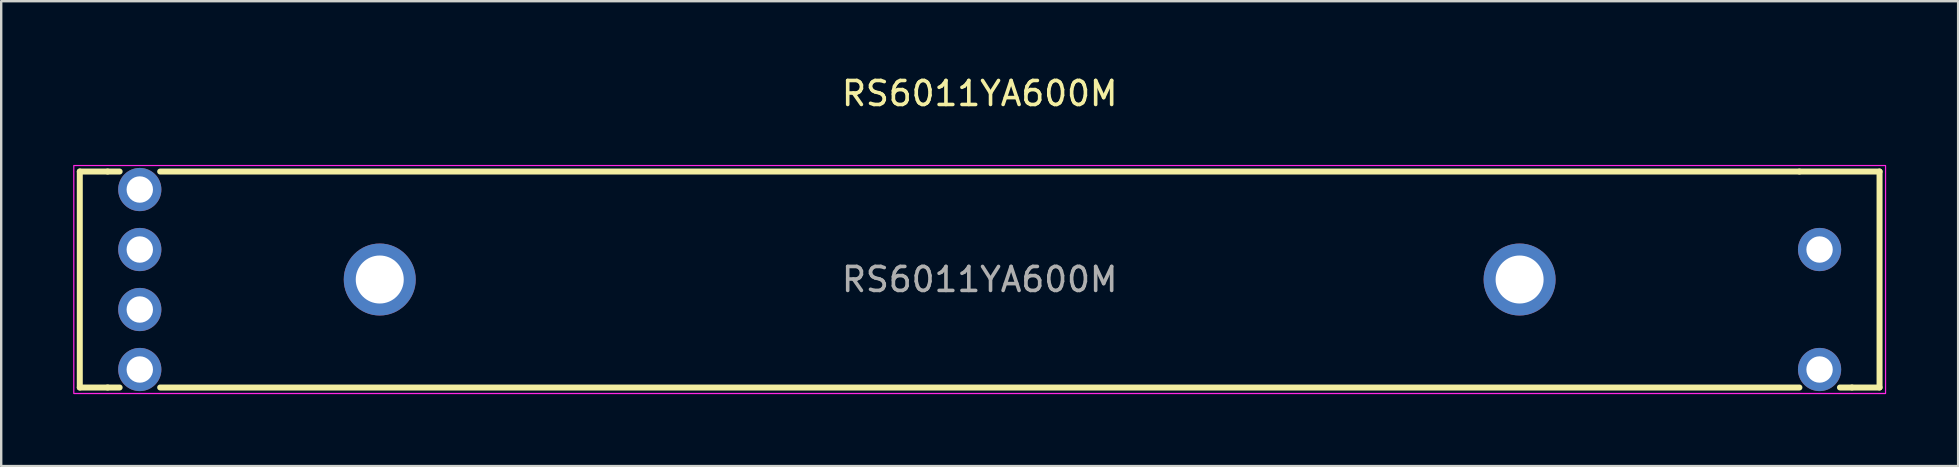
<source format=kicad_pcb>
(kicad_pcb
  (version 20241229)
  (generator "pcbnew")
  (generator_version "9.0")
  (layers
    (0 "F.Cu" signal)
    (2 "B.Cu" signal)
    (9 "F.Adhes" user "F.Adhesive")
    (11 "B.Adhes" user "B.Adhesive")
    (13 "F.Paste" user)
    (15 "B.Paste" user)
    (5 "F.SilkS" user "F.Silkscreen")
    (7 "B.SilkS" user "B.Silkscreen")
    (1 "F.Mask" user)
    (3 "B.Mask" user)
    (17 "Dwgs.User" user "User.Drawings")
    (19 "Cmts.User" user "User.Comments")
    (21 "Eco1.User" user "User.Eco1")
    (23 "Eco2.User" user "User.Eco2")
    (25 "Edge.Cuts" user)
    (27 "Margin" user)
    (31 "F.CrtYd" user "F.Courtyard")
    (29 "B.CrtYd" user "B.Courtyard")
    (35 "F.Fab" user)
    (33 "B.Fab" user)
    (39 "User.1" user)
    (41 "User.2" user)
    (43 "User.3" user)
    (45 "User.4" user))
  (footprint "RS6011YA600M"
    (layer "F.Cu")
    (at 37.775 8.598)
    (property "Reference" "RS6011YA600M" (at 0 -7.75 0) (layer "F.SilkS") (effects (font (size 1 1) (thickness 0.15))))
    (attr through_hole)
    (fp_line (start -37.5 -4.5) (end -36.34 -4.5) (stroke (width 0.25) (type solid)) (layer "F.SilkS"))
    (fp_line (start -37.5 4.5) (end -37.5 -4.5) (stroke (width 0.25) (type solid)) (layer "F.SilkS"))
    (fp_line (start -36.34 4.5) (end -37.5 4.5) (stroke (width 0.25) (type solid)) (layer "F.SilkS"))
    (fp_line (start -36.34 4.5) (end -35.84 4.5) (stroke (width 0.25) (type solid)) (layer "F.SilkS"))
    (fp_line (start -35.84 -4.5) (end -36.34 -4.5) (stroke (width 0.25) (type solid)) (layer "F.SilkS"))
    (fp_line (start -34.15 4.5) (end 34.16 4.5) (stroke (width 0.25) (type solid)) (layer "F.SilkS"))
    (fp_line (start 34.16 -4.5) (end -34.15 -4.5) (stroke (width 0.25) (type solid)) (layer "F.SilkS"))
    (fp_line (start 34.16 -4.5) (end 37.5 -4.5) (stroke (width 0.25) (type solid)) (layer "F.SilkS"))
    (fp_line (start 35.85 4.5) (end 36.35 4.5) (stroke (width 0.25) (type solid)) (layer "F.SilkS"))
    (fp_line (start 37.5 -4.5) (end 37.5 4.5) (stroke (width 0.25) (type solid)) (layer "F.SilkS"))
    (fp_line (start 37.5 4.5) (end 36.35 4.5) (stroke (width 0.25) (type solid)) (layer "F.SilkS"))
    (fp_rect (start -37.75 -4.75) (end 37.75 4.75) (stroke (width 0.05) (type default)) (fill no) (layer "F.CrtYd"))
    (fp_text user "${REFERENCE}" (at 0 0 0) (layer "F.Fab") (effects (font (size 1 1) (thickness 0.15))))
    (pad "1" thru_hole circle (at -35 -1.25) (size 1.8 1.8) (drill 1.1) (layers "*.Cu" "*.Mask"))
    (pad "2" thru_hole circle (at -35 -3.75) (size 1.8 1.8) (drill 1.1) (layers "*.Cu" "*.Mask"))
    (pad "3" thru_hole circle (at 35 -1.25) (size 1.8 1.8) (drill 1.1) (layers "*.Cu" "*.Mask"))
    (pad "4" thru_hole circle (at -35 1.25) (size 1.8 1.8) (drill 1.1) (layers "*.Cu" "*.Mask"))
    (pad "5" thru_hole circle (at -35 3.75) (size 1.8 1.8) (drill 1.1) (layers "*.Cu" "*.Mask"))
    (pad "6" thru_hole circle (at 35 3.75) (size 1.8 1.8) (drill 1.1) (layers "*.Cu" "*.Mask"))
    (pad "7" thru_hole circle (at -25 0) (size 3 3) (drill 2) (layers "*.Cu" "*.Mask"))
    (pad "8" thru_hole circle (at 22.5 0) (size 3 3) (drill 2) (layers "*.Cu" "*.Mask")))
  (gr_rect
    (start -3 -3)
    (end 78.55 16.373)
    (stroke (width 0.1) (type default))
    (fill no)
    (layer "Edge.Cuts")))
</source>
